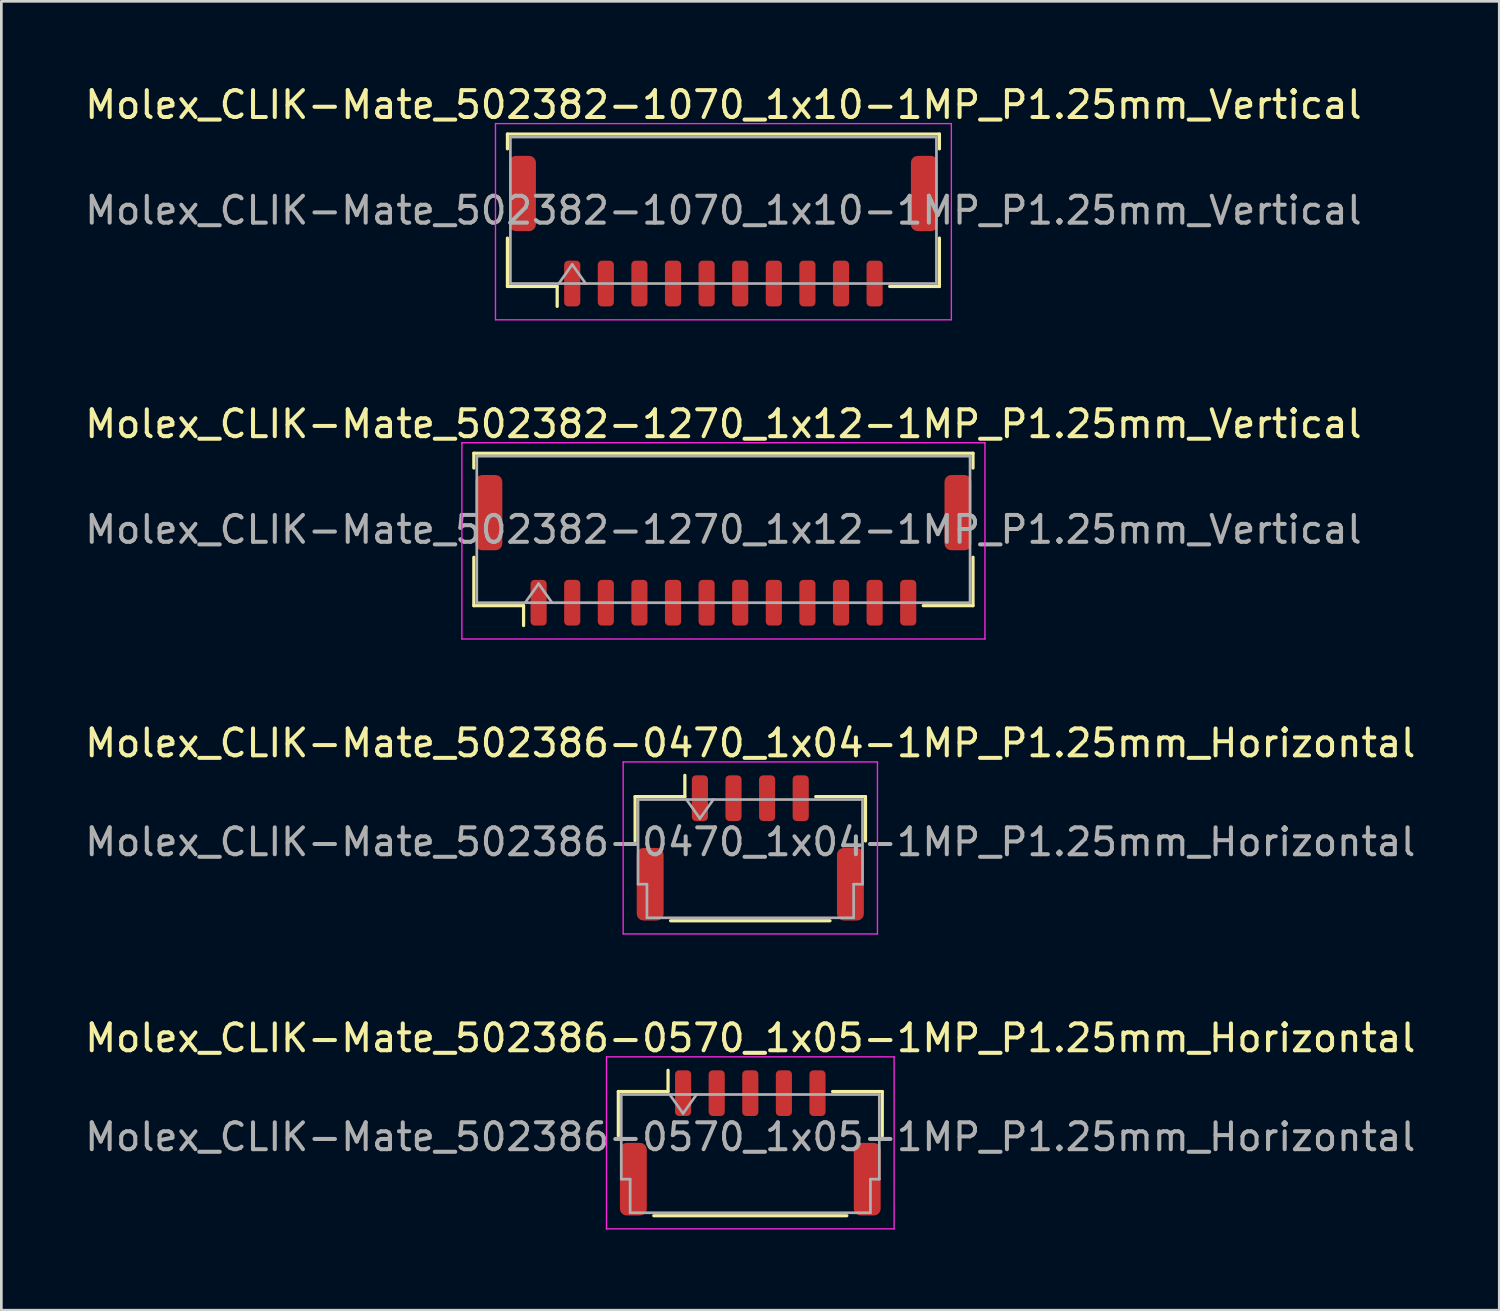
<source format=kicad_pcb>
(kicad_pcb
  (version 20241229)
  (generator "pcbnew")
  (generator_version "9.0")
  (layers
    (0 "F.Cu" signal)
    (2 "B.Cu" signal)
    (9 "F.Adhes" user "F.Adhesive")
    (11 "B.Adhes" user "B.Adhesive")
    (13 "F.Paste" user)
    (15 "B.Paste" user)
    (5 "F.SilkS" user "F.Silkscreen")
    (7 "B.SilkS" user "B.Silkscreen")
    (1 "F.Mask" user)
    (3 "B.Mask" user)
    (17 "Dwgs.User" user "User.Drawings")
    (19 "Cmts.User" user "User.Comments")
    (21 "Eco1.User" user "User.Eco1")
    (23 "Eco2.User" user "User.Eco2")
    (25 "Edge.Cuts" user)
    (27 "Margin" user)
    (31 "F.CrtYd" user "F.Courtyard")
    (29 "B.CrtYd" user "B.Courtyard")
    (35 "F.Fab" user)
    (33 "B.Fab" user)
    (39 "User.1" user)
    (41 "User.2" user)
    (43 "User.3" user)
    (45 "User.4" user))
  (footprint "Molex_CLIK-Mate_502386-0570_1x05-1MP_P1.25mm_Horizontal"
    (layer "F.Cu")
    (at 24.863 39.468)
    (property "Reference" "Molex_CLIK-Mate_502386-0570_1x05-1MP_P1.25mm_Horizontal" (at 0 -3.9 0) (layer "F.SilkS") (effects (font (size 1 1) (thickness 0.15))))
    (attr smd)
    (fp_line (start -4.91 -1.91) (end -3.06 -1.91) (stroke (width 0.12) (type solid)) (layer "F.SilkS"))
    (fp_line (start -4.91 -0.26) (end -4.91 -1.91) (stroke (width 0.12) (type solid)) (layer "F.SilkS"))
    (fp_line (start -3.59 2.71) (end 3.59 2.71) (stroke (width 0.12) (type solid)) (layer "F.SilkS"))
    (fp_line (start -3.06 -1.91) (end -3.06 -2.7) (stroke (width 0.12) (type solid)) (layer "F.SilkS"))
    (fp_line (start 4.91 -1.91) (end 3.06 -1.91) (stroke (width 0.12) (type solid)) (layer "F.SilkS"))
    (fp_line (start 4.91 -0.26) (end 4.91 -1.91) (stroke (width 0.12) (type solid)) (layer "F.SilkS"))
    (fp_line (start -5.35 -3.2) (end -5.35 3.2) (stroke (width 0.05) (type solid)) (layer "F.CrtYd"))
    (fp_line (start -5.35 3.2) (end 5.35 3.2) (stroke (width 0.05) (type solid)) (layer "F.CrtYd"))
    (fp_line (start 5.35 -3.2) (end -5.35 -3.2) (stroke (width 0.05) (type solid)) (layer "F.CrtYd"))
    (fp_line (start 5.35 3.2) (end 5.35 -3.2) (stroke (width 0.05) (type solid)) (layer "F.CrtYd"))
    (fp_line (start -4.8 -1.8) (end -4.8 1.35) (stroke (width 0.1) (type solid)) (layer "F.Fab"))
    (fp_line (start -4.8 -1.8) (end 4.8 -1.8) (stroke (width 0.1) (type solid)) (layer "F.Fab"))
    (fp_line (start -4.8 1.35) (end -4.47 1.35) (stroke (width 0.1) (type solid)) (layer "F.Fab"))
    (fp_line (start -4.47 1.35) (end -4.47 2.6) (stroke (width 0.1) (type solid)) (layer "F.Fab"))
    (fp_line (start -4.47 2.6) (end 4.47 2.6) (stroke (width 0.1) (type solid)) (layer "F.Fab"))
    (fp_line (start -3 -1.8) (end -2.5 -1.093) (stroke (width 0.1) (type solid)) (layer "F.Fab"))
    (fp_line (start -2.5 -1.093) (end -2 -1.8) (stroke (width 0.1) (type solid)) (layer "F.Fab"))
    (fp_line (start 4.47 1.35) (end 4.8 1.35) (stroke (width 0.1) (type solid)) (layer "F.Fab"))
    (fp_line (start 4.47 2.6) (end 4.47 1.35) (stroke (width 0.1) (type solid)) (layer "F.Fab"))
    (fp_line (start 4.8 -1.8) (end 4.8 1.35) (stroke (width 0.1) (type solid)) (layer "F.Fab"))
    (fp_text user "${REFERENCE}" (at 0 -0.22 0) (layer "F.Fab") (effects (font (size 1 1) (thickness 0.15))))
    (pad "1" smd roundrect (at -2.5 -1.85) (size 0.6 1.7) (layers "F.Cu" "F.Mask" "F.Paste") (roundrect_rratio 0.25))
    (pad "2" smd roundrect (at -1.25 -1.85) (size 0.6 1.7) (layers "F.Cu" "F.Mask" "F.Paste") (roundrect_rratio 0.25))
    (pad "3" smd roundrect (at 0 -1.85) (size 0.6 1.7) (layers "F.Cu" "F.Mask" "F.Paste") (roundrect_rratio 0.25))
    (pad "4" smd roundrect (at 1.25 -1.85) (size 0.6 1.7) (layers "F.Cu" "F.Mask" "F.Paste") (roundrect_rratio 0.25))
    (pad "5" smd roundrect (at 2.5 -1.85) (size 0.6 1.7) (layers "F.Cu" "F.Mask" "F.Paste") (roundrect_rratio 0.25))
    (pad "MP" smd roundrect (at -4.35 1.35) (size 1 2.7) (layers "F.Cu" "F.Mask" "F.Paste") (roundrect_rratio 0.25))
    (pad "MP" smd roundrect (at 4.35 1.35) (size 1 2.7) (layers "F.Cu" "F.Mask" "F.Paste") (roundrect_rratio 0.25)))
  (footprint "Molex_CLIK-Mate_502386-0470_1x04-1MP_P1.25mm_Horizontal"
    (layer "F.Cu")
    (at 24.863 28.495)
    (property "Reference" "Molex_CLIK-Mate_502386-0470_1x04-1MP_P1.25mm_Horizontal" (at 0 -3.9 0) (layer "F.SilkS") (effects (font (size 1 1) (thickness 0.15))))
    (attr smd)
    (fp_line (start -4.285 -1.91) (end -2.435 -1.91) (stroke (width 0.12) (type solid)) (layer "F.SilkS"))
    (fp_line (start -4.285 -0.26) (end -4.285 -1.91) (stroke (width 0.12) (type solid)) (layer "F.SilkS"))
    (fp_line (start -2.965 2.71) (end 2.965 2.71) (stroke (width 0.12) (type solid)) (layer "F.SilkS"))
    (fp_line (start -2.435 -1.91) (end -2.435 -2.7) (stroke (width 0.12) (type solid)) (layer "F.SilkS"))
    (fp_line (start 4.285 -1.91) (end 2.435 -1.91) (stroke (width 0.12) (type solid)) (layer "F.SilkS"))
    (fp_line (start 4.285 -0.26) (end 4.285 -1.91) (stroke (width 0.12) (type solid)) (layer "F.SilkS"))
    (fp_line (start -4.73 -3.2) (end -4.73 3.2) (stroke (width 0.05) (type solid)) (layer "F.CrtYd"))
    (fp_line (start -4.73 3.2) (end 4.73 3.2) (stroke (width 0.05) (type solid)) (layer "F.CrtYd"))
    (fp_line (start 4.73 -3.2) (end -4.73 -3.2) (stroke (width 0.05) (type solid)) (layer "F.CrtYd"))
    (fp_line (start 4.73 3.2) (end 4.73 -3.2) (stroke (width 0.05) (type solid)) (layer "F.CrtYd"))
    (fp_line (start -4.175 -1.8) (end -4.175 1.35) (stroke (width 0.1) (type solid)) (layer "F.Fab"))
    (fp_line (start -4.175 -1.8) (end 4.175 -1.8) (stroke (width 0.1) (type solid)) (layer "F.Fab"))
    (fp_line (start -4.175 1.35) (end -3.845 1.35) (stroke (width 0.1) (type solid)) (layer "F.Fab"))
    (fp_line (start -3.845 1.35) (end -3.845 2.6) (stroke (width 0.1) (type solid)) (layer "F.Fab"))
    (fp_line (start -3.845 2.6) (end 3.845 2.6) (stroke (width 0.1) (type solid)) (layer "F.Fab"))
    (fp_line (start -2.375 -1.8) (end -1.875 -1.093) (stroke (width 0.1) (type solid)) (layer "F.Fab"))
    (fp_line (start -1.875 -1.093) (end -1.375 -1.8) (stroke (width 0.1) (type solid)) (layer "F.Fab"))
    (fp_line (start 3.845 1.35) (end 4.175 1.35) (stroke (width 0.1) (type solid)) (layer "F.Fab"))
    (fp_line (start 3.845 2.6) (end 3.845 1.35) (stroke (width 0.1) (type solid)) (layer "F.Fab"))
    (fp_line (start 4.175 -1.8) (end 4.175 1.35) (stroke (width 0.1) (type solid)) (layer "F.Fab"))
    (fp_text user "${REFERENCE}" (at 0 -0.22 0) (layer "F.Fab") (effects (font (size 1 1) (thickness 0.15))))
    (pad "1" smd roundrect (at -1.875 -1.85) (size 0.6 1.7) (layers "F.Cu" "F.Mask" "F.Paste") (roundrect_rratio 0.25))
    (pad "2" smd roundrect (at -0.625 -1.85) (size 0.6 1.7) (layers "F.Cu" "F.Mask" "F.Paste") (roundrect_rratio 0.25))
    (pad "3" smd roundrect (at 0.625 -1.85) (size 0.6 1.7) (layers "F.Cu" "F.Mask" "F.Paste") (roundrect_rratio 0.25))
    (pad "4" smd roundrect (at 1.875 -1.85) (size 0.6 1.7) (layers "F.Cu" "F.Mask" "F.Paste") (roundrect_rratio 0.25))
    (pad "MP" smd roundrect (at -3.725 1.35) (size 1 2.7) (layers "F.Cu" "F.Mask" "F.Paste") (roundrect_rratio 0.25))
    (pad "MP" smd roundrect (at 3.725 1.35) (size 1 2.7) (layers "F.Cu" "F.Mask" "F.Paste") (roundrect_rratio 0.25)))
  (footprint "Molex_CLIK-Mate_502382-1270_1x12-1MP_P1.25mm_Vertical"
    (layer "F.Cu")
    (at 23.863 17.422)
    (property "Reference" "Molex_CLIK-Mate_502382-1270_1x12-1MP_P1.25mm_Vertical" (at 0 -4.7 0) (layer "F.SilkS") (effects (font (size 1 1) (thickness 0.15))))
    (attr smd)
    (fp_line (start -9.285 -3.61) (end 9.285 -3.61) (stroke (width 0.12) (type solid)) (layer "F.SilkS"))
    (fp_line (start -9.285 -3.06) (end -9.285 -3.61) (stroke (width 0.12) (type solid)) (layer "F.SilkS"))
    (fp_line (start -9.285 0.26) (end -9.285 2.06) (stroke (width 0.12) (type solid)) (layer "F.SilkS"))
    (fp_line (start -9.285 2.06) (end -7.435 2.06) (stroke (width 0.12) (type solid)) (layer "F.SilkS"))
    (fp_line (start -7.435 2.06) (end -7.435 2.8) (stroke (width 0.12) (type solid)) (layer "F.SilkS"))
    (fp_line (start 9.285 -3.61) (end 9.285 -3.06) (stroke (width 0.12) (type solid)) (layer "F.SilkS"))
    (fp_line (start 9.285 0.26) (end 9.285 2.06) (stroke (width 0.12) (type solid)) (layer "F.SilkS"))
    (fp_line (start 9.285 2.06) (end 7.435 2.06) (stroke (width 0.12) (type solid)) (layer "F.SilkS"))
    (fp_line (start -9.73 -4) (end -9.73 3.3) (stroke (width 0.05) (type solid)) (layer "F.CrtYd"))
    (fp_line (start -9.73 3.3) (end 9.73 3.3) (stroke (width 0.05) (type solid)) (layer "F.CrtYd"))
    (fp_line (start 9.73 -4) (end -9.73 -4) (stroke (width 0.05) (type solid)) (layer "F.CrtYd"))
    (fp_line (start 9.73 3.3) (end 9.73 -4) (stroke (width 0.05) (type solid)) (layer "F.CrtYd"))
    (fp_line (start -9.175 -3.5) (end 9.175 -3.5) (stroke (width 0.1) (type solid)) (layer "F.Fab"))
    (fp_line (start -9.175 1.95) (end -9.175 -3.5) (stroke (width 0.1) (type solid)) (layer "F.Fab"))
    (fp_line (start -9.175 1.95) (end 9.175 1.95) (stroke (width 0.1) (type solid)) (layer "F.Fab"))
    (fp_line (start -7.375 1.95) (end -6.875 1.243) (stroke (width 0.1) (type solid)) (layer "F.Fab"))
    (fp_line (start -6.875 1.243) (end -6.375 1.95) (stroke (width 0.1) (type solid)) (layer "F.Fab"))
    (fp_line (start 9.175 1.95) (end 9.175 -3.5) (stroke (width 0.1) (type solid)) (layer "F.Fab"))
    (fp_text user "${REFERENCE}" (at 0 -0.77 0) (layer "F.Fab") (effects (font (size 1 1) (thickness 0.15))))
    (pad "1" smd roundrect (at -6.875 1.95) (size 0.6 1.7) (layers "F.Cu" "F.Mask" "F.Paste") (roundrect_rratio 0.25))
    (pad "2" smd roundrect (at -5.625 1.95) (size 0.6 1.7) (layers "F.Cu" "F.Mask" "F.Paste") (roundrect_rratio 0.25))
    (pad "3" smd roundrect (at -4.375 1.95) (size 0.6 1.7) (layers "F.Cu" "F.Mask" "F.Paste") (roundrect_rratio 0.25))
    (pad "4" smd roundrect (at -3.125 1.95) (size 0.6 1.7) (layers "F.Cu" "F.Mask" "F.Paste") (roundrect_rratio 0.25))
    (pad "5" smd roundrect (at -1.875 1.95) (size 0.6 1.7) (layers "F.Cu" "F.Mask" "F.Paste") (roundrect_rratio 0.25))
    (pad "6" smd roundrect (at -0.625 1.95) (size 0.6 1.7) (layers "F.Cu" "F.Mask" "F.Paste") (roundrect_rratio 0.25))
    (pad "7" smd roundrect (at 0.625 1.95) (size 0.6 1.7) (layers "F.Cu" "F.Mask" "F.Paste") (roundrect_rratio 0.25))
    (pad "8" smd roundrect (at 1.875 1.95) (size 0.6 1.7) (layers "F.Cu" "F.Mask" "F.Paste") (roundrect_rratio 0.25))
    (pad "9" smd roundrect (at 3.125 1.95) (size 0.6 1.7) (layers "F.Cu" "F.Mask" "F.Paste") (roundrect_rratio 0.25))
    (pad "10" smd roundrect (at 4.375 1.95) (size 0.6 1.7) (layers "F.Cu" "F.Mask" "F.Paste") (roundrect_rratio 0.25))
    (pad "11" smd roundrect (at 5.625 1.95) (size 0.6 1.7) (layers "F.Cu" "F.Mask" "F.Paste") (roundrect_rratio 0.25))
    (pad "12" smd roundrect (at 6.875 1.95) (size 0.6 1.7) (layers "F.Cu" "F.Mask" "F.Paste") (roundrect_rratio 0.25))
    (pad "MP" smd roundrect (at -8.725 -1.4) (size 1 2.8) (layers "F.Cu" "F.Mask" "F.Paste") (roundrect_rratio 0.25))
    (pad "MP" smd roundrect (at 8.725 -1.4) (size 1 2.8) (layers "F.Cu" "F.Mask" "F.Paste") (roundrect_rratio 0.25)))
  (footprint "Molex_CLIK-Mate_502382-1070_1x10-1MP_P1.25mm_Vertical"
    (layer "F.Cu")
    (at 23.863 5.548)
    (property "Reference" "Molex_CLIK-Mate_502382-1070_1x10-1MP_P1.25mm_Vertical" (at 0 -4.7 0) (layer "F.SilkS") (effects (font (size 1 1) (thickness 0.15))))
    (attr smd)
    (fp_line (start -8.035 -3.61) (end 8.035 -3.61) (stroke (width 0.12) (type solid)) (layer "F.SilkS"))
    (fp_line (start -8.035 -3.06) (end -8.035 -3.61) (stroke (width 0.12) (type solid)) (layer "F.SilkS"))
    (fp_line (start -8.035 0.26) (end -8.035 2.06) (stroke (width 0.12) (type solid)) (layer "F.SilkS"))
    (fp_line (start -8.035 2.06) (end -6.185 2.06) (stroke (width 0.12) (type solid)) (layer "F.SilkS"))
    (fp_line (start -6.185 2.06) (end -6.185 2.8) (stroke (width 0.12) (type solid)) (layer "F.SilkS"))
    (fp_line (start 8.035 -3.61) (end 8.035 -3.06) (stroke (width 0.12) (type solid)) (layer "F.SilkS"))
    (fp_line (start 8.035 0.26) (end 8.035 2.06) (stroke (width 0.12) (type solid)) (layer "F.SilkS"))
    (fp_line (start 8.035 2.06) (end 6.185 2.06) (stroke (width 0.12) (type solid)) (layer "F.SilkS"))
    (fp_line (start -8.48 -4) (end -8.48 3.3) (stroke (width 0.05) (type solid)) (layer "F.CrtYd"))
    (fp_line (start -8.48 3.3) (end 8.48 3.3) (stroke (width 0.05) (type solid)) (layer "F.CrtYd"))
    (fp_line (start 8.48 -4) (end -8.48 -4) (stroke (width 0.05) (type solid)) (layer "F.CrtYd"))
    (fp_line (start 8.48 3.3) (end 8.48 -4) (stroke (width 0.05) (type solid)) (layer "F.CrtYd"))
    (fp_line (start -7.925 -3.5) (end 7.925 -3.5) (stroke (width 0.1) (type solid)) (layer "F.Fab"))
    (fp_line (start -7.925 1.95) (end -7.925 -3.5) (stroke (width 0.1) (type solid)) (layer "F.Fab"))
    (fp_line (start -7.925 1.95) (end 7.925 1.95) (stroke (width 0.1) (type solid)) (layer "F.Fab"))
    (fp_line (start -6.125 1.95) (end -5.625 1.243) (stroke (width 0.1) (type solid)) (layer "F.Fab"))
    (fp_line (start -5.625 1.243) (end -5.125 1.95) (stroke (width 0.1) (type solid)) (layer "F.Fab"))
    (fp_line (start 7.925 1.95) (end 7.925 -3.5) (stroke (width 0.1) (type solid)) (layer "F.Fab"))
    (fp_text user "${REFERENCE}" (at 0 -0.77 0) (layer "F.Fab") (effects (font (size 1 1) (thickness 0.15))))
    (pad "1" smd roundrect (at -5.625 1.95) (size 0.6 1.7) (layers "F.Cu" "F.Mask" "F.Paste") (roundrect_rratio 0.25))
    (pad "2" smd roundrect (at -4.375 1.95) (size 0.6 1.7) (layers "F.Cu" "F.Mask" "F.Paste") (roundrect_rratio 0.25))
    (pad "3" smd roundrect (at -3.125 1.95) (size 0.6 1.7) (layers "F.Cu" "F.Mask" "F.Paste") (roundrect_rratio 0.25))
    (pad "4" smd roundrect (at -1.875 1.95) (size 0.6 1.7) (layers "F.Cu" "F.Mask" "F.Paste") (roundrect_rratio 0.25))
    (pad "5" smd roundrect (at -0.625 1.95) (size 0.6 1.7) (layers "F.Cu" "F.Mask" "F.Paste") (roundrect_rratio 0.25))
    (pad "6" smd roundrect (at 0.625 1.95) (size 0.6 1.7) (layers "F.Cu" "F.Mask" "F.Paste") (roundrect_rratio 0.25))
    (pad "7" smd roundrect (at 1.875 1.95) (size 0.6 1.7) (layers "F.Cu" "F.Mask" "F.Paste") (roundrect_rratio 0.25))
    (pad "8" smd roundrect (at 3.125 1.95) (size 0.6 1.7) (layers "F.Cu" "F.Mask" "F.Paste") (roundrect_rratio 0.25))
    (pad "9" smd roundrect (at 4.375 1.95) (size 0.6 1.7) (layers "F.Cu" "F.Mask" "F.Paste") (roundrect_rratio 0.25))
    (pad "10" smd roundrect (at 5.625 1.95) (size 0.6 1.7) (layers "F.Cu" "F.Mask" "F.Paste") (roundrect_rratio 0.25))
    (pad "MP" smd roundrect (at -7.475 -1.4) (size 1 2.8) (layers "F.Cu" "F.Mask" "F.Paste") (roundrect_rratio 0.25))
    (pad "MP" smd roundrect (at 7.475 -1.4) (size 1 2.8) (layers "F.Cu" "F.Mask" "F.Paste") (roundrect_rratio 0.25)))
  (gr_rect
    (start -3 -3)
    (end 52.726 45.693)
    (stroke (width 0.1) (type default))
    (fill no)
    (layer "Edge.Cuts")))
</source>
